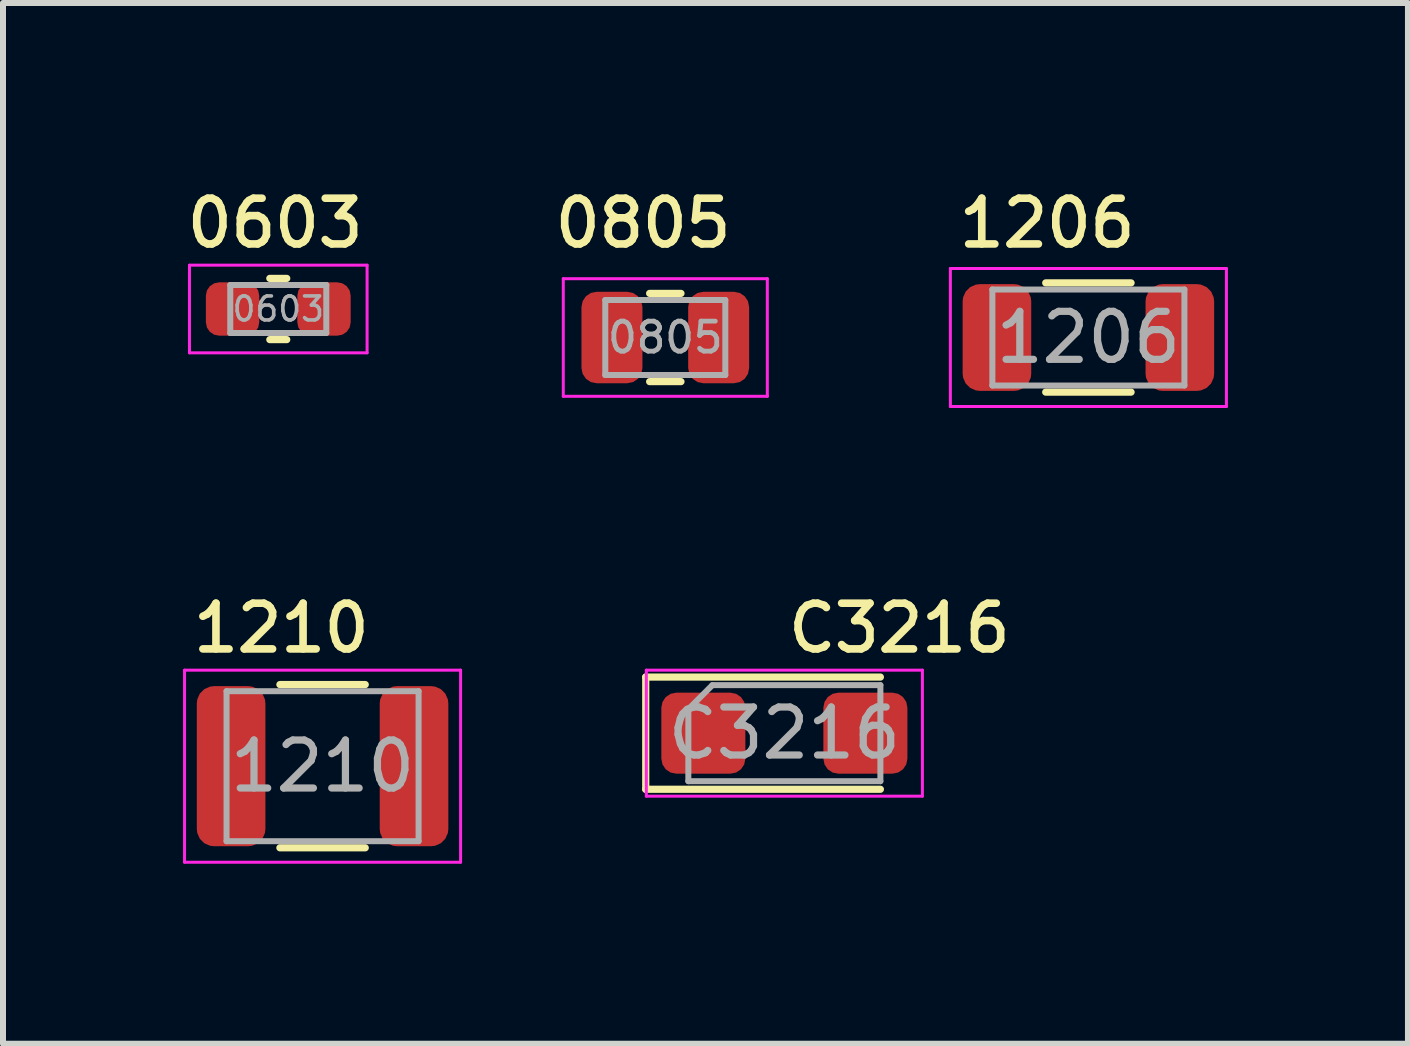
<source format=kicad_pcb>
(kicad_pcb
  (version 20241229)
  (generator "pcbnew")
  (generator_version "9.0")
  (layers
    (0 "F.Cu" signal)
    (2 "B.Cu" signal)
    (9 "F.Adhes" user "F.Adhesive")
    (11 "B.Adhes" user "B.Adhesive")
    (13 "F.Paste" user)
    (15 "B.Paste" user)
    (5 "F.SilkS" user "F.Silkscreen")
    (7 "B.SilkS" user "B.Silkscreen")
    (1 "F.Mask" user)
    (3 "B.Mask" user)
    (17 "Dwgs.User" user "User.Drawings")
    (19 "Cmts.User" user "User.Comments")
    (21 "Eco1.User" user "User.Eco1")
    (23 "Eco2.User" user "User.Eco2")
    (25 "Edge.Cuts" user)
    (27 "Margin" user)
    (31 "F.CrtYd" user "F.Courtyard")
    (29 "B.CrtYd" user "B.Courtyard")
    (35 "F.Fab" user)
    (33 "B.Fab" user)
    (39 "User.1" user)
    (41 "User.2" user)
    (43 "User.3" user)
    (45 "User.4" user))
  (footprint "C3216"
    (layer "F.Cu")
    (at 10.02 9.167)
    (property "Reference" "C3216" (at 0 -1.75 0) (layer "F.SilkS") (effects (font (size 0.762 0.762) (thickness 0.127)) (justify left)))
    (attr smd)
    (fp_line (start -2.31 -0.935) (end -2.31 0.935) (stroke (width 0.12) (type solid)) (layer "F.SilkS"))
    (fp_line (start -2.31 0.935) (end 1.6 0.935) (stroke (width 0.12) (type solid)) (layer "F.SilkS"))
    (fp_line (start 1.6 -0.935) (end -2.31 -0.935) (stroke (width 0.12) (type solid)) (layer "F.SilkS"))
    (fp_line (start -2.3 -1.05) (end 2.3 -1.05) (stroke (width 0.05) (type solid)) (layer "F.CrtYd"))
    (fp_line (start -2.3 1.05) (end -2.3 -1.05) (stroke (width 0.05) (type solid)) (layer "F.CrtYd"))
    (fp_line (start 2.3 -1.05) (end 2.3 1.05) (stroke (width 0.05) (type solid)) (layer "F.CrtYd"))
    (fp_line (start 2.3 1.05) (end -2.3 1.05) (stroke (width 0.05) (type solid)) (layer "F.CrtYd"))
    (fp_line (start -1.6 -0.4) (end -1.6 0.8) (stroke (width 0.1) (type solid)) (layer "F.Fab"))
    (fp_line (start -1.6 0.8) (end 1.6 0.8) (stroke (width 0.1) (type solid)) (layer "F.Fab"))
    (fp_line (start -1.2 -0.8) (end -1.6 -0.4) (stroke (width 0.1) (type solid)) (layer "F.Fab"))
    (fp_line (start 1.6 -0.8) (end -1.2 -0.8) (stroke (width 0.1) (type solid)) (layer "F.Fab"))
    (fp_line (start 1.6 0.8) (end 1.6 -0.8) (stroke (width 0.1) (type solid)) (layer "F.Fab"))
    (fp_text user "${REFERENCE}" (at 0 0 0) (layer "F.Fab") (effects (font (size 0.8 0.8) (thickness 0.12))))
    (pad "1" smd roundrect (at -1.35 0) (size 1.4 1.35) (layers "F.Cu" "F.Mask" "F.Paste") (roundrect_rratio 0.185))
    (pad "2" smd roundrect (at 1.35 0) (size 1.4 1.35) (layers "F.Cu" "F.Mask" "F.Paste") (roundrect_rratio 0.185)))
  (footprint "0805"
    (layer "F.Cu")
    (at 8.036 2.574)
    (property "Reference" "0805" (at -1.905 -1.905 0) (layer "F.SilkS") (effects (font (size 0.762 0.762) (thickness 0.127)) (justify left)))
    (attr smd)
    (fp_line (start -0.261 -0.735) (end 0.261 -0.735) (stroke (width 0.12) (type solid)) (layer "F.SilkS"))
    (fp_line (start -0.261 0.735) (end 0.261 0.735) (stroke (width 0.12) (type solid)) (layer "F.SilkS"))
    (fp_line (start -1.7 -0.98) (end 1.7 -0.98) (stroke (width 0.05) (type solid)) (layer "F.CrtYd"))
    (fp_line (start -1.7 0.98) (end -1.7 -0.98) (stroke (width 0.05) (type solid)) (layer "F.CrtYd"))
    (fp_line (start 1.7 -0.98) (end 1.7 0.98) (stroke (width 0.05) (type solid)) (layer "F.CrtYd"))
    (fp_line (start 1.7 0.98) (end -1.7 0.98) (stroke (width 0.05) (type solid)) (layer "F.CrtYd"))
    (fp_line (start -1 -0.625) (end 1 -0.625) (stroke (width 0.1) (type solid)) (layer "F.Fab"))
    (fp_line (start -1 0.625) (end -1 -0.625) (stroke (width 0.1) (type solid)) (layer "F.Fab"))
    (fp_line (start 1 -0.625) (end 1 0.625) (stroke (width 0.1) (type solid)) (layer "F.Fab"))
    (fp_line (start 1 0.625) (end -1 0.625) (stroke (width 0.1) (type solid)) (layer "F.Fab"))
    (fp_text user "${REFERENCE}" (at 0 0 0) (layer "F.Fab") (effects (font (size 0.5 0.5) (thickness 0.08))))
    (pad "1" smd roundrect (at -0.889 0) (size 1.016 1.524) (layers "F.Cu" "F.Mask" "F.Paste") (roundrect_rratio 0.25))
    (pad "2" smd roundrect (at 0.889 0) (size 1.016 1.524) (layers "F.Cu" "F.Mask" "F.Paste") (roundrect_rratio 0.25)))
  (footprint "1210"
    (layer "F.Cu")
    (at 2.325 9.717)
    (property "Reference" "1210" (at -2.223 -2.3 0) (layer "F.SilkS") (effects (font (size 0.762 0.762) (thickness 0.127)) (justify left)))
    (attr smd)
    (fp_line (start -0.711 -1.36) (end 0.711 -1.36) (stroke (width 0.12) (type solid)) (layer "F.SilkS"))
    (fp_line (start -0.711 1.36) (end 0.711 1.36) (stroke (width 0.12) (type solid)) (layer "F.SilkS"))
    (fp_line (start -2.3 -1.6) (end 2.3 -1.6) (stroke (width 0.05) (type solid)) (layer "F.CrtYd"))
    (fp_line (start -2.3 1.6) (end -2.3 -1.6) (stroke (width 0.05) (type solid)) (layer "F.CrtYd"))
    (fp_line (start 2.3 -1.6) (end 2.3 1.6) (stroke (width 0.05) (type solid)) (layer "F.CrtYd"))
    (fp_line (start 2.3 1.6) (end -2.3 1.6) (stroke (width 0.05) (type solid)) (layer "F.CrtYd"))
    (fp_line (start -1.6 -1.25) (end 1.6 -1.25) (stroke (width 0.1) (type solid)) (layer "F.Fab"))
    (fp_line (start -1.6 1.25) (end -1.6 -1.25) (stroke (width 0.1) (type solid)) (layer "F.Fab"))
    (fp_line (start 1.6 -1.25) (end 1.6 1.25) (stroke (width 0.1) (type solid)) (layer "F.Fab"))
    (fp_line (start 1.6 1.25) (end -1.6 1.25) (stroke (width 0.1) (type solid)) (layer "F.Fab"))
    (fp_text user "${REFERENCE}" (at 0 0 0) (layer "F.Fab") (effects (font (size 0.8 0.8) (thickness 0.12))))
    (pad "1" smd roundrect (at -1.524 0) (size 1.143 2.667) (layers "F.Cu" "F.Mask" "F.Paste") (roundrect_rratio 0.25))
    (pad "2" smd roundrect (at 1.524 0) (size 1.143 2.667) (layers "F.Cu" "F.Mask" "F.Paste") (roundrect_rratio 0.25)))
  (footprint "1206"
    (layer "F.Cu")
    (at 15.086 2.574)
    (property "Reference" "1206" (at -2.223 -1.905 0) (layer "F.SilkS") (effects (font (size 0.762 0.762) (thickness 0.127)) (justify left)))
    (attr smd)
    (fp_line (start -0.711 -0.91) (end 0.711 -0.91) (stroke (width 0.12) (type solid)) (layer "F.SilkS"))
    (fp_line (start -0.711 0.91) (end 0.711 0.91) (stroke (width 0.12) (type solid)) (layer "F.SilkS"))
    (fp_line (start -2.3 -1.15) (end 2.3 -1.15) (stroke (width 0.05) (type solid)) (layer "F.CrtYd"))
    (fp_line (start -2.3 1.15) (end -2.3 -1.15) (stroke (width 0.05) (type solid)) (layer "F.CrtYd"))
    (fp_line (start 2.3 -1.15) (end 2.3 1.15) (stroke (width 0.05) (type solid)) (layer "F.CrtYd"))
    (fp_line (start 2.3 1.15) (end -2.3 1.15) (stroke (width 0.05) (type solid)) (layer "F.CrtYd"))
    (fp_line (start -1.6 -0.8) (end 1.6 -0.8) (stroke (width 0.1) (type solid)) (layer "F.Fab"))
    (fp_line (start -1.6 0.8) (end -1.6 -0.8) (stroke (width 0.1) (type solid)) (layer "F.Fab"))
    (fp_line (start 1.6 -0.8) (end 1.6 0.8) (stroke (width 0.1) (type solid)) (layer "F.Fab"))
    (fp_line (start 1.6 0.8) (end -1.6 0.8) (stroke (width 0.1) (type solid)) (layer "F.Fab"))
    (fp_text user "${REFERENCE}" (at 0 0 0) (layer "F.Fab") (effects (font (size 0.8 0.8) (thickness 0.12))))
    (pad "1" smd roundrect (at -1.524 0) (size 1.143 1.778) (layers "F.Cu" "F.Mask" "F.Paste") (roundrect_rratio 0.25))
    (pad "2" smd roundrect (at 1.524 0) (size 1.143 1.778) (layers "F.Cu" "F.Mask" "F.Paste") (roundrect_rratio 0.25)))
  (footprint "0603"
    (layer "F.Cu")
    (at 1.587 2.099)
    (property "Reference" "0603" (at -1.587 -1.43 0) (layer "F.SilkS") (effects (font (size 0.762 0.762) (thickness 0.127)) (justify left)))
    (attr smd)
    (fp_line (start -0.141 -0.51) (end 0.141 -0.51) (stroke (width 0.12) (type solid)) (layer "F.SilkS"))
    (fp_line (start -0.141 0.51) (end 0.141 0.51) (stroke (width 0.12) (type solid)) (layer "F.SilkS"))
    (fp_line (start -1.48 -0.73) (end 1.48 -0.73) (stroke (width 0.05) (type solid)) (layer "F.CrtYd"))
    (fp_line (start -1.48 0.73) (end -1.48 -0.73) (stroke (width 0.05) (type solid)) (layer "F.CrtYd"))
    (fp_line (start 1.48 -0.73) (end 1.48 0.73) (stroke (width 0.05) (type solid)) (layer "F.CrtYd"))
    (fp_line (start 1.48 0.73) (end -1.48 0.73) (stroke (width 0.05) (type solid)) (layer "F.CrtYd"))
    (fp_line (start -0.8 -0.4) (end 0.8 -0.4) (stroke (width 0.1) (type solid)) (layer "F.Fab"))
    (fp_line (start -0.8 0.4) (end -0.8 -0.4) (stroke (width 0.1) (type solid)) (layer "F.Fab"))
    (fp_line (start 0.8 -0.4) (end 0.8 0.4) (stroke (width 0.1) (type solid)) (layer "F.Fab"))
    (fp_line (start 0.8 0.4) (end -0.8 0.4) (stroke (width 0.1) (type solid)) (layer "F.Fab"))
    (fp_text user "${REFERENCE}" (at 0 0 0) (layer "F.Fab") (effects (font (size 0.4 0.4) (thickness 0.06))))
    (pad "1" smd roundrect (at -0.762 0) (size 0.889 0.889) (layers "F.Cu" "F.Mask" "F.Paste") (roundrect_rratio 0.25))
    (pad "2" smd roundrect (at 0.762 0) (size 0.889 0.889) (layers "F.Cu" "F.Mask" "F.Paste") (roundrect_rratio 0.25)))
  (gr_rect
    (start -3 -3)
    (end 20.411 14.342)
    (stroke (width 0.1) (type default))
    (fill no)
    (layer "Edge.Cuts")))
</source>
